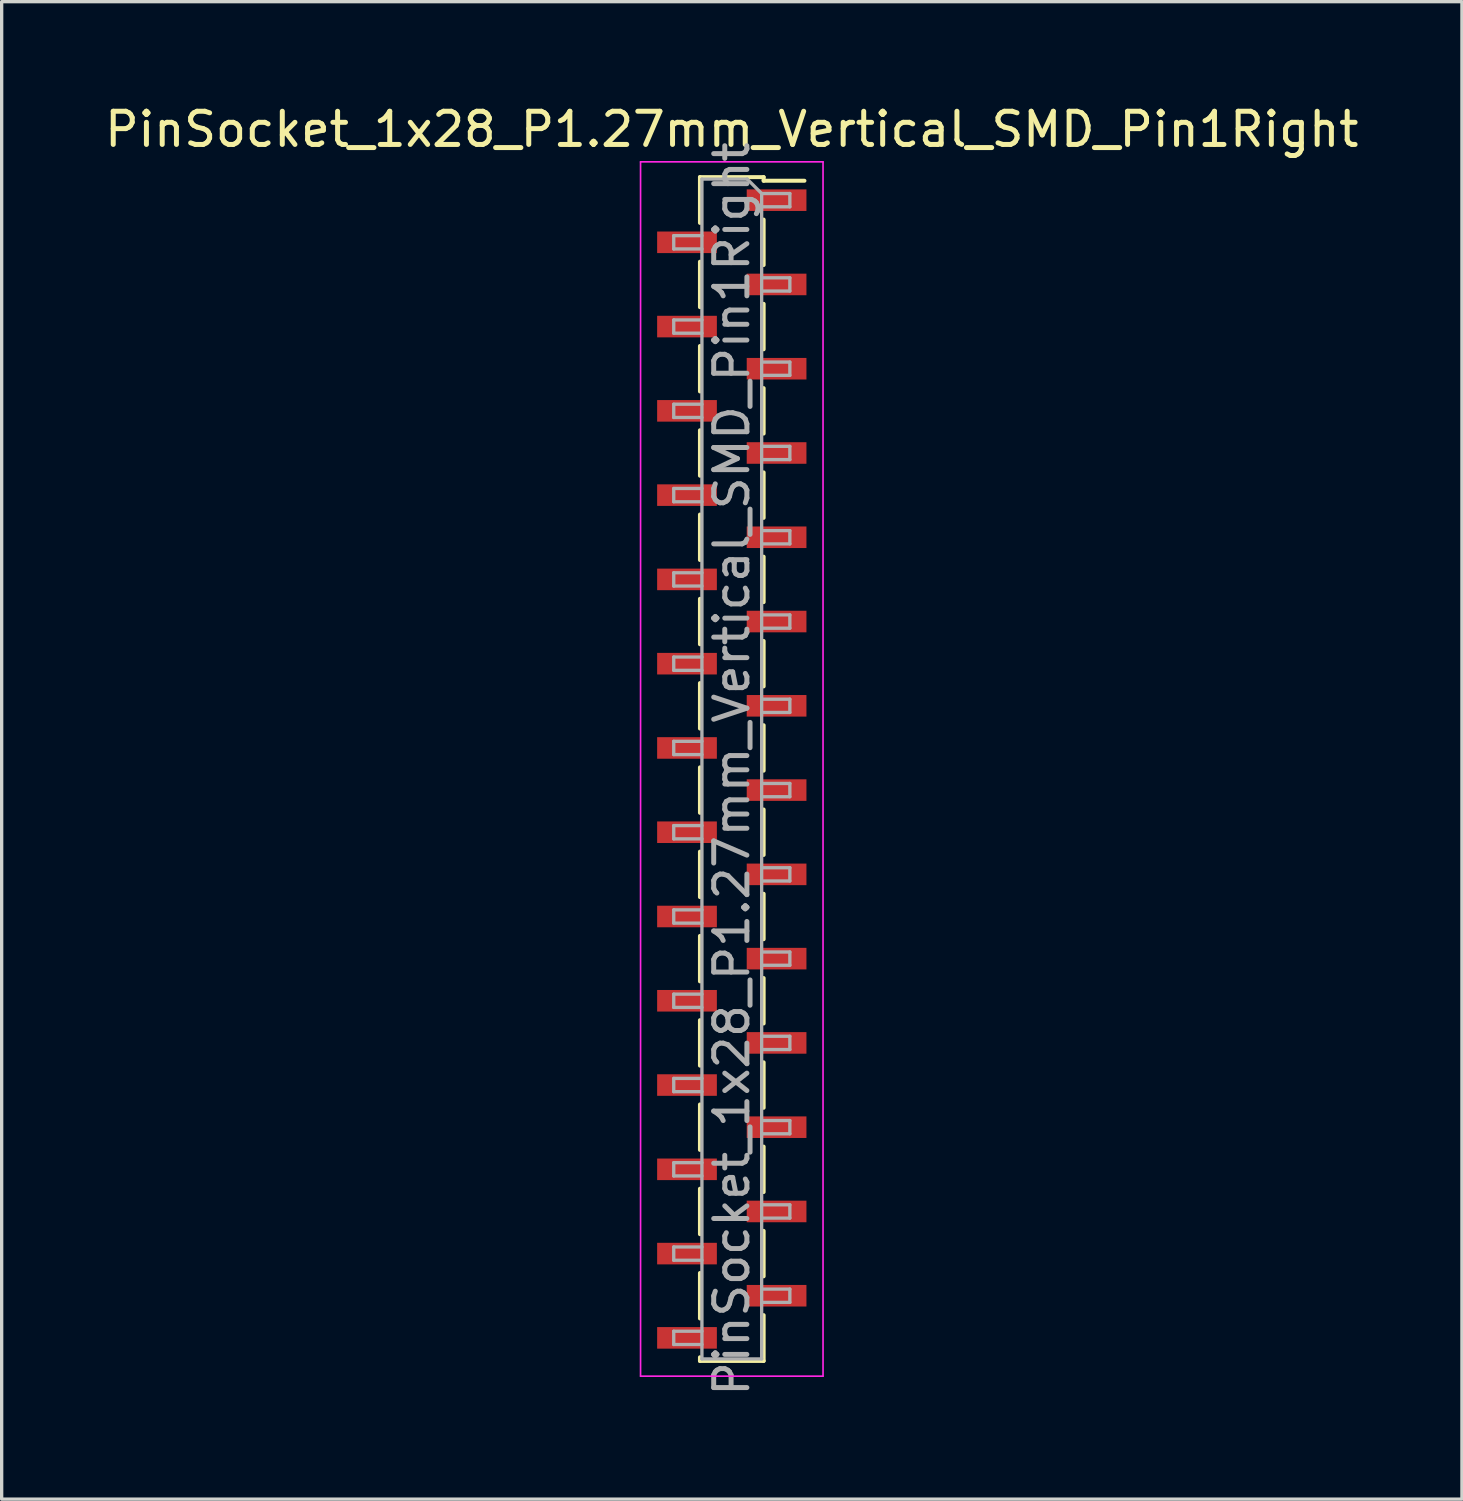
<source format=kicad_pcb>
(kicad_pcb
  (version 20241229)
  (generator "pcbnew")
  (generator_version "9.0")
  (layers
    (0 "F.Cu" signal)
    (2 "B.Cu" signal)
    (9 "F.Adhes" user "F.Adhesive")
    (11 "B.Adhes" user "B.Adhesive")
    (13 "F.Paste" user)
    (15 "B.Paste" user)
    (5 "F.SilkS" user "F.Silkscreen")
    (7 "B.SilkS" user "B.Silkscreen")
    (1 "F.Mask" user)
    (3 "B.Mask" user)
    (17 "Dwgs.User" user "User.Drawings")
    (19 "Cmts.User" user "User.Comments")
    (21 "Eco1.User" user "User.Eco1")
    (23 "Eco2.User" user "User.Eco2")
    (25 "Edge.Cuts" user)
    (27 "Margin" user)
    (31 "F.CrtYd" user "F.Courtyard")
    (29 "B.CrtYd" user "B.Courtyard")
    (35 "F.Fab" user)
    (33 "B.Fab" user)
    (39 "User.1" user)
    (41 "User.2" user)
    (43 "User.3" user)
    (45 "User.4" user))
  (footprint "PinSocket_1x28_P1.27mm_Vertical_SMD_Pin1Right"
    (layer "F.Cu")
    (at 19.006 20.128)
    (property "Reference" "PinSocket_1x28_P1.27mm_Vertical_SMD_Pin1Right" (at 0 -19.28 0) (layer "F.SilkS") (effects (font (size 1 1) (thickness 0.15))))
    (attr smd)
    (fp_line (start -0.96 -17.84) (end -0.96 -16.46) (stroke (width 0.12) (type solid)) (layer "F.SilkS"))
    (fp_line (start -0.96 -17.84) (end 0.96 -17.84) (stroke (width 0.12) (type solid)) (layer "F.SilkS"))
    (fp_line (start -0.96 -15.29) (end -0.96 -13.92) (stroke (width 0.12) (type solid)) (layer "F.SilkS"))
    (fp_line (start -0.96 -12.75) (end -0.96 -11.38) (stroke (width 0.12) (type solid)) (layer "F.SilkS"))
    (fp_line (start -0.96 -10.21) (end -0.96 -8.84) (stroke (width 0.12) (type solid)) (layer "F.SilkS"))
    (fp_line (start -0.96 -7.67) (end -0.96 -6.3) (stroke (width 0.12) (type solid)) (layer "F.SilkS"))
    (fp_line (start -0.96 -5.13) (end -0.96 -3.76) (stroke (width 0.12) (type solid)) (layer "F.SilkS"))
    (fp_line (start -0.96 -2.59) (end -0.96 -1.22) (stroke (width 0.12) (type solid)) (layer "F.SilkS"))
    (fp_line (start -0.96 -0.05) (end -0.96 1.32) (stroke (width 0.12) (type solid)) (layer "F.SilkS"))
    (fp_line (start -0.96 2.49) (end -0.96 3.86) (stroke (width 0.12) (type solid)) (layer "F.SilkS"))
    (fp_line (start -0.96 5.03) (end -0.96 6.4) (stroke (width 0.12) (type solid)) (layer "F.SilkS"))
    (fp_line (start -0.96 7.57) (end -0.96 8.94) (stroke (width 0.12) (type solid)) (layer "F.SilkS"))
    (fp_line (start -0.96 10.11) (end -0.96 11.48) (stroke (width 0.12) (type solid)) (layer "F.SilkS"))
    (fp_line (start -0.96 12.65) (end -0.96 14.02) (stroke (width 0.12) (type solid)) (layer "F.SilkS"))
    (fp_line (start -0.96 15.19) (end -0.96 16.56) (stroke (width 0.12) (type solid)) (layer "F.SilkS"))
    (fp_line (start -0.96 17.73) (end -0.96 17.84) (stroke (width 0.12) (type solid)) (layer "F.SilkS"))
    (fp_line (start -0.96 17.84) (end 0.96 17.84) (stroke (width 0.12) (type solid)) (layer "F.SilkS"))
    (fp_line (start 0.96 -17.84) (end 0.96 -17.73) (stroke (width 0.12) (type solid)) (layer "F.SilkS"))
    (fp_line (start 0.96 -17.73) (end 2.19 -17.73) (stroke (width 0.12) (type solid)) (layer "F.SilkS"))
    (fp_line (start 0.96 -16.56) (end 0.96 -15.19) (stroke (width 0.12) (type solid)) (layer "F.SilkS"))
    (fp_line (start 0.96 -14.02) (end 0.96 -12.65) (stroke (width 0.12) (type solid)) (layer "F.SilkS"))
    (fp_line (start 0.96 -11.48) (end 0.96 -10.11) (stroke (width 0.12) (type solid)) (layer "F.SilkS"))
    (fp_line (start 0.96 -8.94) (end 0.96 -7.57) (stroke (width 0.12) (type solid)) (layer "F.SilkS"))
    (fp_line (start 0.96 -6.4) (end 0.96 -5.03) (stroke (width 0.12) (type solid)) (layer "F.SilkS"))
    (fp_line (start 0.96 -3.86) (end 0.96 -2.49) (stroke (width 0.12) (type solid)) (layer "F.SilkS"))
    (fp_line (start 0.96 -1.32) (end 0.96 0.05) (stroke (width 0.12) (type solid)) (layer "F.SilkS"))
    (fp_line (start 0.96 1.22) (end 0.96 2.59) (stroke (width 0.12) (type solid)) (layer "F.SilkS"))
    (fp_line (start 0.96 3.76) (end 0.96 5.13) (stroke (width 0.12) (type solid)) (layer "F.SilkS"))
    (fp_line (start 0.96 6.3) (end 0.96 7.67) (stroke (width 0.12) (type solid)) (layer "F.SilkS"))
    (fp_line (start 0.96 8.84) (end 0.96 10.21) (stroke (width 0.12) (type solid)) (layer "F.SilkS"))
    (fp_line (start 0.96 11.38) (end 0.96 12.75) (stroke (width 0.12) (type solid)) (layer "F.SilkS"))
    (fp_line (start 0.96 13.92) (end 0.96 15.29) (stroke (width 0.12) (type solid)) (layer "F.SilkS"))
    (fp_line (start 0.96 16.46) (end 0.96 17.84) (stroke (width 0.12) (type solid)) (layer "F.SilkS"))
    (fp_line (start -2.75 -18.3) (end 2.75 -18.3) (stroke (width 0.05) (type solid)) (layer "F.CrtYd"))
    (fp_line (start -2.75 18.3) (end -2.75 -18.3) (stroke (width 0.05) (type solid)) (layer "F.CrtYd"))
    (fp_line (start 2.75 -18.3) (end 2.75 18.3) (stroke (width 0.05) (type solid)) (layer "F.CrtYd"))
    (fp_line (start 2.75 18.3) (end -2.75 18.3) (stroke (width 0.05) (type solid)) (layer "F.CrtYd"))
    (fp_line (start -1.75 -16.075) (end -0.9 -16.075) (stroke (width 0.1) (type solid)) (layer "F.Fab"))
    (fp_line (start -1.75 -15.675) (end -1.75 -16.075) (stroke (width 0.1) (type solid)) (layer "F.Fab"))
    (fp_line (start -1.75 -13.535) (end -0.9 -13.535) (stroke (width 0.1) (type solid)) (layer "F.Fab"))
    (fp_line (start -1.75 -13.135) (end -1.75 -13.535) (stroke (width 0.1) (type solid)) (layer "F.Fab"))
    (fp_line (start -1.75 -10.995) (end -0.9 -10.995) (stroke (width 0.1) (type solid)) (layer "F.Fab"))
    (fp_line (start -1.75 -10.595) (end -1.75 -10.995) (stroke (width 0.1) (type solid)) (layer "F.Fab"))
    (fp_line (start -1.75 -8.455) (end -0.9 -8.455) (stroke (width 0.1) (type solid)) (layer "F.Fab"))
    (fp_line (start -1.75 -8.055) (end -1.75 -8.455) (stroke (width 0.1) (type solid)) (layer "F.Fab"))
    (fp_line (start -1.75 -5.915) (end -0.9 -5.915) (stroke (width 0.1) (type solid)) (layer "F.Fab"))
    (fp_line (start -1.75 -5.515) (end -1.75 -5.915) (stroke (width 0.1) (type solid)) (layer "F.Fab"))
    (fp_line (start -1.75 -3.375) (end -0.9 -3.375) (stroke (width 0.1) (type solid)) (layer "F.Fab"))
    (fp_line (start -1.75 -2.975) (end -1.75 -3.375) (stroke (width 0.1) (type solid)) (layer "F.Fab"))
    (fp_line (start -1.75 -0.835) (end -0.9 -0.835) (stroke (width 0.1) (type solid)) (layer "F.Fab"))
    (fp_line (start -1.75 -0.435) (end -1.75 -0.835) (stroke (width 0.1) (type solid)) (layer "F.Fab"))
    (fp_line (start -1.75 1.705) (end -0.9 1.705) (stroke (width 0.1) (type solid)) (layer "F.Fab"))
    (fp_line (start -1.75 2.105) (end -1.75 1.705) (stroke (width 0.1) (type solid)) (layer "F.Fab"))
    (fp_line (start -1.75 4.245) (end -0.9 4.245) (stroke (width 0.1) (type solid)) (layer "F.Fab"))
    (fp_line (start -1.75 4.645) (end -1.75 4.245) (stroke (width 0.1) (type solid)) (layer "F.Fab"))
    (fp_line (start -1.75 6.785) (end -0.9 6.785) (stroke (width 0.1) (type solid)) (layer "F.Fab"))
    (fp_line (start -1.75 7.185) (end -1.75 6.785) (stroke (width 0.1) (type solid)) (layer "F.Fab"))
    (fp_line (start -1.75 9.325) (end -0.9 9.325) (stroke (width 0.1) (type solid)) (layer "F.Fab"))
    (fp_line (start -1.75 9.725) (end -1.75 9.325) (stroke (width 0.1) (type solid)) (layer "F.Fab"))
    (fp_line (start -1.75 11.865) (end -0.9 11.865) (stroke (width 0.1) (type solid)) (layer "F.Fab"))
    (fp_line (start -1.75 12.265) (end -1.75 11.865) (stroke (width 0.1) (type solid)) (layer "F.Fab"))
    (fp_line (start -1.75 14.405) (end -0.9 14.405) (stroke (width 0.1) (type solid)) (layer "F.Fab"))
    (fp_line (start -1.75 14.805) (end -1.75 14.405) (stroke (width 0.1) (type solid)) (layer "F.Fab"))
    (fp_line (start -1.75 16.945) (end -0.9 16.945) (stroke (width 0.1) (type solid)) (layer "F.Fab"))
    (fp_line (start -1.75 17.345) (end -1.75 16.945) (stroke (width 0.1) (type solid)) (layer "F.Fab"))
    (fp_line (start -0.9 -17.78) (end 0.465 -17.78) (stroke (width 0.1) (type solid)) (layer "F.Fab"))
    (fp_line (start -0.9 -15.675) (end -1.75 -15.675) (stroke (width 0.1) (type solid)) (layer "F.Fab"))
    (fp_line (start -0.9 -13.135) (end -1.75 -13.135) (stroke (width 0.1) (type solid)) (layer "F.Fab"))
    (fp_line (start -0.9 -10.595) (end -1.75 -10.595) (stroke (width 0.1) (type solid)) (layer "F.Fab"))
    (fp_line (start -0.9 -8.055) (end -1.75 -8.055) (stroke (width 0.1) (type solid)) (layer "F.Fab"))
    (fp_line (start -0.9 -5.515) (end -1.75 -5.515) (stroke (width 0.1) (type solid)) (layer "F.Fab"))
    (fp_line (start -0.9 -2.975) (end -1.75 -2.975) (stroke (width 0.1) (type solid)) (layer "F.Fab"))
    (fp_line (start -0.9 -0.435) (end -1.75 -0.435) (stroke (width 0.1) (type solid)) (layer "F.Fab"))
    (fp_line (start -0.9 2.105) (end -1.75 2.105) (stroke (width 0.1) (type solid)) (layer "F.Fab"))
    (fp_line (start -0.9 4.645) (end -1.75 4.645) (stroke (width 0.1) (type solid)) (layer "F.Fab"))
    (fp_line (start -0.9 7.185) (end -1.75 7.185) (stroke (width 0.1) (type solid)) (layer "F.Fab"))
    (fp_line (start -0.9 9.725) (end -1.75 9.725) (stroke (width 0.1) (type solid)) (layer "F.Fab"))
    (fp_line (start -0.9 12.265) (end -1.75 12.265) (stroke (width 0.1) (type solid)) (layer "F.Fab"))
    (fp_line (start -0.9 14.805) (end -1.75 14.805) (stroke (width 0.1) (type solid)) (layer "F.Fab"))
    (fp_line (start -0.9 17.345) (end -1.75 17.345) (stroke (width 0.1) (type solid)) (layer "F.Fab"))
    (fp_line (start -0.9 17.78) (end -0.9 -17.78) (stroke (width 0.1) (type solid)) (layer "F.Fab"))
    (fp_line (start 0.465 -17.78) (end 0.9 -17.345) (stroke (width 0.1) (type solid)) (layer "F.Fab"))
    (fp_line (start 0.9 -17.345) (end 0.9 17.78) (stroke (width 0.1) (type solid)) (layer "F.Fab"))
    (fp_line (start 0.9 -17.345) (end 1.75 -17.345) (stroke (width 0.1) (type solid)) (layer "F.Fab"))
    (fp_line (start 0.9 -14.805) (end 1.75 -14.805) (stroke (width 0.1) (type solid)) (layer "F.Fab"))
    (fp_line (start 0.9 -12.265) (end 1.75 -12.265) (stroke (width 0.1) (type solid)) (layer "F.Fab"))
    (fp_line (start 0.9 -9.725) (end 1.75 -9.725) (stroke (width 0.1) (type solid)) (layer "F.Fab"))
    (fp_line (start 0.9 -7.185) (end 1.75 -7.185) (stroke (width 0.1) (type solid)) (layer "F.Fab"))
    (fp_line (start 0.9 -4.645) (end 1.75 -4.645) (stroke (width 0.1) (type solid)) (layer "F.Fab"))
    (fp_line (start 0.9 -2.105) (end 1.75 -2.105) (stroke (width 0.1) (type solid)) (layer "F.Fab"))
    (fp_line (start 0.9 0.435) (end 1.75 0.435) (stroke (width 0.1) (type solid)) (layer "F.Fab"))
    (fp_line (start 0.9 2.975) (end 1.75 2.975) (stroke (width 0.1) (type solid)) (layer "F.Fab"))
    (fp_line (start 0.9 5.515) (end 1.75 5.515) (stroke (width 0.1) (type solid)) (layer "F.Fab"))
    (fp_line (start 0.9 8.055) (end 1.75 8.055) (stroke (width 0.1) (type solid)) (layer "F.Fab"))
    (fp_line (start 0.9 10.595) (end 1.75 10.595) (stroke (width 0.1) (type solid)) (layer "F.Fab"))
    (fp_line (start 0.9 13.135) (end 1.75 13.135) (stroke (width 0.1) (type solid)) (layer "F.Fab"))
    (fp_line (start 0.9 15.675) (end 1.75 15.675) (stroke (width 0.1) (type solid)) (layer "F.Fab"))
    (fp_line (start 0.9 17.78) (end -0.9 17.78) (stroke (width 0.1) (type solid)) (layer "F.Fab"))
    (fp_line (start 1.75 -17.345) (end 1.75 -16.945) (stroke (width 0.1) (type solid)) (layer "F.Fab"))
    (fp_line (start 1.75 -16.945) (end 0.9 -16.945) (stroke (width 0.1) (type solid)) (layer "F.Fab"))
    (fp_line (start 1.75 -14.805) (end 1.75 -14.405) (stroke (width 0.1) (type solid)) (layer "F.Fab"))
    (fp_line (start 1.75 -14.405) (end 0.9 -14.405) (stroke (width 0.1) (type solid)) (layer "F.Fab"))
    (fp_line (start 1.75 -12.265) (end 1.75 -11.865) (stroke (width 0.1) (type solid)) (layer "F.Fab"))
    (fp_line (start 1.75 -11.865) (end 0.9 -11.865) (stroke (width 0.1) (type solid)) (layer "F.Fab"))
    (fp_line (start 1.75 -9.725) (end 1.75 -9.325) (stroke (width 0.1) (type solid)) (layer "F.Fab"))
    (fp_line (start 1.75 -9.325) (end 0.9 -9.325) (stroke (width 0.1) (type solid)) (layer "F.Fab"))
    (fp_line (start 1.75 -7.185) (end 1.75 -6.785) (stroke (width 0.1) (type solid)) (layer "F.Fab"))
    (fp_line (start 1.75 -6.785) (end 0.9 -6.785) (stroke (width 0.1) (type solid)) (layer "F.Fab"))
    (fp_line (start 1.75 -4.645) (end 1.75 -4.245) (stroke (width 0.1) (type solid)) (layer "F.Fab"))
    (fp_line (start 1.75 -4.245) (end 0.9 -4.245) (stroke (width 0.1) (type solid)) (layer "F.Fab"))
    (fp_line (start 1.75 -2.105) (end 1.75 -1.705) (stroke (width 0.1) (type solid)) (layer "F.Fab"))
    (fp_line (start 1.75 -1.705) (end 0.9 -1.705) (stroke (width 0.1) (type solid)) (layer "F.Fab"))
    (fp_line (start 1.75 0.435) (end 1.75 0.835) (stroke (width 0.1) (type solid)) (layer "F.Fab"))
    (fp_line (start 1.75 0.835) (end 0.9 0.835) (stroke (width 0.1) (type solid)) (layer "F.Fab"))
    (fp_line (start 1.75 2.975) (end 1.75 3.375) (stroke (width 0.1) (type solid)) (layer "F.Fab"))
    (fp_line (start 1.75 3.375) (end 0.9 3.375) (stroke (width 0.1) (type solid)) (layer "F.Fab"))
    (fp_line (start 1.75 5.515) (end 1.75 5.915) (stroke (width 0.1) (type solid)) (layer "F.Fab"))
    (fp_line (start 1.75 5.915) (end 0.9 5.915) (stroke (width 0.1) (type solid)) (layer "F.Fab"))
    (fp_line (start 1.75 8.055) (end 1.75 8.455) (stroke (width 0.1) (type solid)) (layer "F.Fab"))
    (fp_line (start 1.75 8.455) (end 0.9 8.455) (stroke (width 0.1) (type solid)) (layer "F.Fab"))
    (fp_line (start 1.75 10.595) (end 1.75 10.995) (stroke (width 0.1) (type solid)) (layer "F.Fab"))
    (fp_line (start 1.75 10.995) (end 0.9 10.995) (stroke (width 0.1) (type solid)) (layer "F.Fab"))
    (fp_line (start 1.75 13.135) (end 1.75 13.535) (stroke (width 0.1) (type solid)) (layer "F.Fab"))
    (fp_line (start 1.75 13.535) (end 0.9 13.535) (stroke (width 0.1) (type solid)) (layer "F.Fab"))
    (fp_line (start 1.75 15.675) (end 1.75 16.075) (stroke (width 0.1) (type solid)) (layer "F.Fab"))
    (fp_line (start 1.75 16.075) (end 0.9 16.075) (stroke (width 0.1) (type solid)) (layer "F.Fab"))
    (fp_text user "${REFERENCE}" (at 0 0 90) (layer "F.Fab") (effects (font (size 1 1) (thickness 0.15))))
    (pad "1" smd rect (at 1.35 -17.145) (size 1.8 0.65) (layers "F.Cu" "F.Mask" "F.Paste"))
    (pad "2" smd rect (at -1.35 -15.875) (size 1.8 0.65) (layers "F.Cu" "F.Mask" "F.Paste"))
    (pad "3" smd rect (at 1.35 -14.605) (size 1.8 0.65) (layers "F.Cu" "F.Mask" "F.Paste"))
    (pad "4" smd rect (at -1.35 -13.335) (size 1.8 0.65) (layers "F.Cu" "F.Mask" "F.Paste"))
    (pad "5" smd rect (at 1.35 -12.065) (size 1.8 0.65) (layers "F.Cu" "F.Mask" "F.Paste"))
    (pad "6" smd rect (at -1.35 -10.795) (size 1.8 0.65) (layers "F.Cu" "F.Mask" "F.Paste"))
    (pad "7" smd rect (at 1.35 -9.525) (size 1.8 0.65) (layers "F.Cu" "F.Mask" "F.Paste"))
    (pad "8" smd rect (at -1.35 -8.255) (size 1.8 0.65) (layers "F.Cu" "F.Mask" "F.Paste"))
    (pad "9" smd rect (at 1.35 -6.985) (size 1.8 0.65) (layers "F.Cu" "F.Mask" "F.Paste"))
    (pad "10" smd rect (at -1.35 -5.715) (size 1.8 0.65) (layers "F.Cu" "F.Mask" "F.Paste"))
    (pad "11" smd rect (at 1.35 -4.445) (size 1.8 0.65) (layers "F.Cu" "F.Mask" "F.Paste"))
    (pad "12" smd rect (at -1.35 -3.175) (size 1.8 0.65) (layers "F.Cu" "F.Mask" "F.Paste"))
    (pad "13" smd rect (at 1.35 -1.905) (size 1.8 0.65) (layers "F.Cu" "F.Mask" "F.Paste"))
    (pad "14" smd rect (at -1.35 -0.635) (size 1.8 0.65) (layers "F.Cu" "F.Mask" "F.Paste"))
    (pad "15" smd rect (at 1.35 0.635) (size 1.8 0.65) (layers "F.Cu" "F.Mask" "F.Paste"))
    (pad "16" smd rect (at -1.35 1.905) (size 1.8 0.65) (layers "F.Cu" "F.Mask" "F.Paste"))
    (pad "17" smd rect (at 1.35 3.175) (size 1.8 0.65) (layers "F.Cu" "F.Mask" "F.Paste"))
    (pad "18" smd rect (at -1.35 4.445) (size 1.8 0.65) (layers "F.Cu" "F.Mask" "F.Paste"))
    (pad "19" smd rect (at 1.35 5.715) (size 1.8 0.65) (layers "F.Cu" "F.Mask" "F.Paste"))
    (pad "20" smd rect (at -1.35 6.985) (size 1.8 0.65) (layers "F.Cu" "F.Mask" "F.Paste"))
    (pad "21" smd rect (at 1.35 8.255) (size 1.8 0.65) (layers "F.Cu" "F.Mask" "F.Paste"))
    (pad "22" smd rect (at -1.35 9.525) (size 1.8 0.65) (layers "F.Cu" "F.Mask" "F.Paste"))
    (pad "23" smd rect (at 1.35 10.795) (size 1.8 0.65) (layers "F.Cu" "F.Mask" "F.Paste"))
    (pad "24" smd rect (at -1.35 12.065) (size 1.8 0.65) (layers "F.Cu" "F.Mask" "F.Paste"))
    (pad "25" smd rect (at 1.35 13.335) (size 1.8 0.65) (layers "F.Cu" "F.Mask" "F.Paste"))
    (pad "26" smd rect (at -1.35 14.605) (size 1.8 0.65) (layers "F.Cu" "F.Mask" "F.Paste"))
    (pad "27" smd rect (at 1.35 15.875) (size 1.8 0.65) (layers "F.Cu" "F.Mask" "F.Paste"))
    (pad "28" smd rect (at -1.35 17.145) (size 1.8 0.65) (layers "F.Cu" "F.Mask" "F.Paste")))
  (gr_rect
    (start -3 -3)
    (end 41.012 42.134)
    (stroke (width 0.1) (type default))
    (fill no)
    (layer "Edge.Cuts")))
</source>
